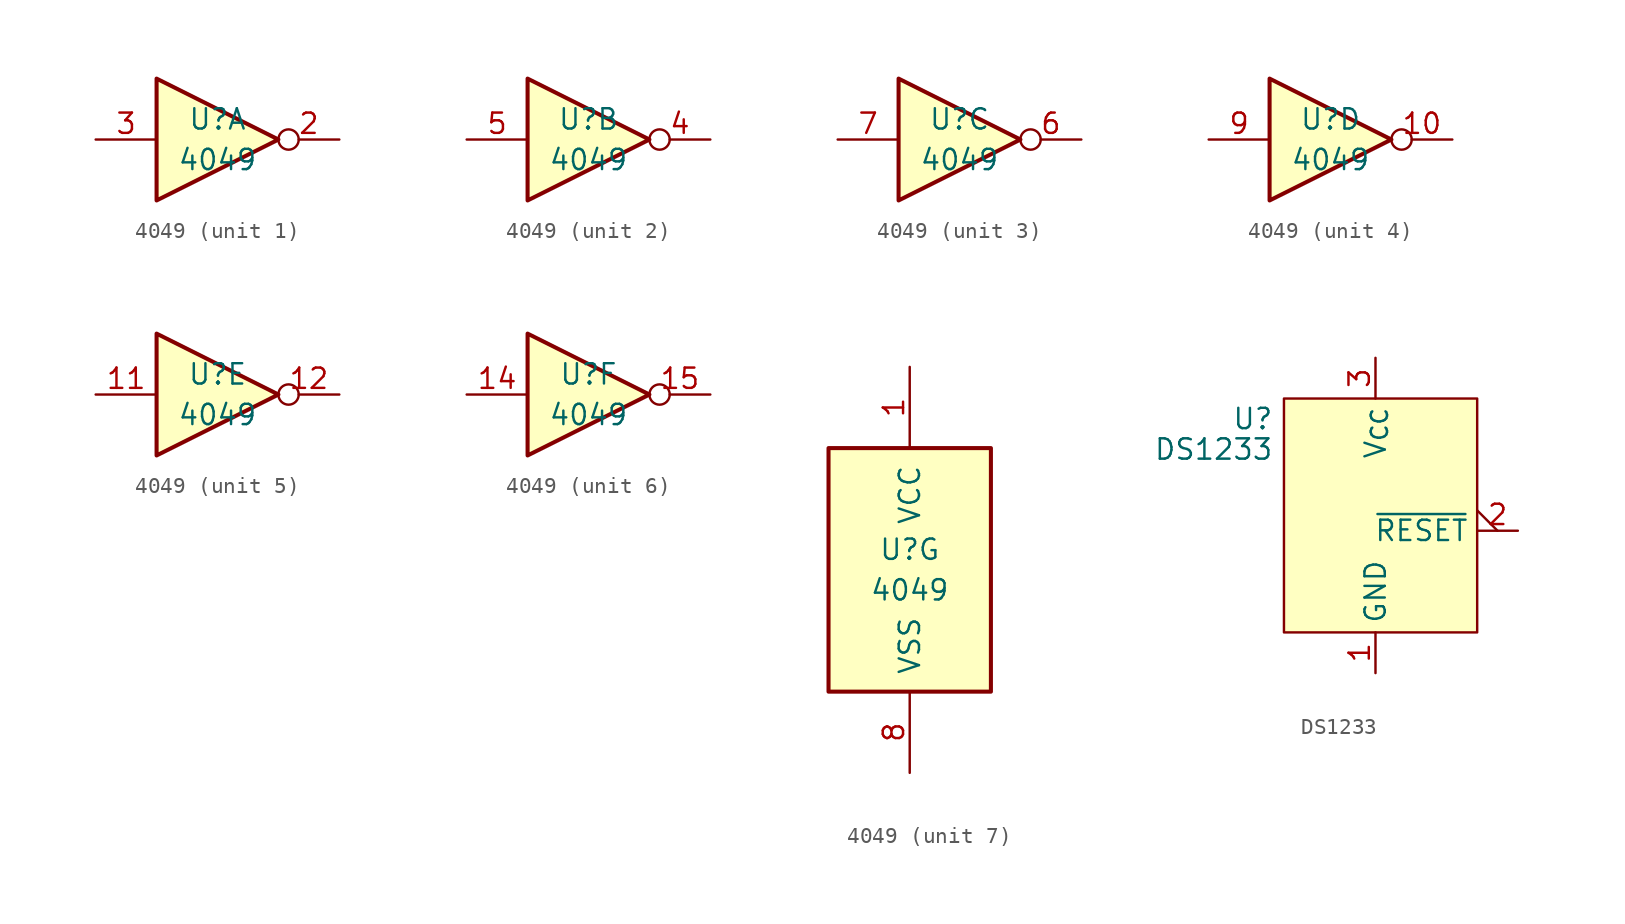
<source format=kicad_sym>
(kicad_symbol_lib
  (version 20241209)
  (generator "kicad_symbol_editor")
  (generator_version "9.0")
  (symbol "4049"
    (pin_names
      (offset 1.016))
    (property "Reference" "U"
      (at 0 1.27 0)
      (effects (font (size 1.27 1.27))))
    (property "Value" "4049"
      (at 0 -1.27 0)
      (effects (font (size 1.27 1.27))))
    (property "ki_locked" ""
      (at 0 0 0)
      (effects (font (size 1.27 1.27))))
    (symbol "4049_1_0"
      (polyline (pts (xy -3.81 3.81) (xy -3.81 -3.81) (xy 3.81 0) (xy -3.81 3.81)) (stroke (width 0.254) (type default)) (fill (type background)))
      (pin input line (at -7.62 0 0) (length 3.81) (name "~" (effects (font (size 1.27 1.27)))) (number "3" (effects (font (size 1.27 1.27)))))
      (pin output inverted (at 7.62 0 180) (length 3.81) (name "~" (effects (font (size 1.27 1.27)))) (number "2" (effects (font (size 1.27 1.27))))))
    (symbol "4049_2_0"
      (polyline (pts (xy -3.81 3.81) (xy -3.81 -3.81) (xy 3.81 0) (xy -3.81 3.81)) (stroke (width 0.254) (type default)) (fill (type background)))
      (pin input line (at -7.62 0 0) (length 3.81) (name "~" (effects (font (size 1.27 1.27)))) (number "5" (effects (font (size 1.27 1.27)))))
      (pin output inverted (at 7.62 0 180) (length 3.81) (name "~" (effects (font (size 1.27 1.27)))) (number "4" (effects (font (size 1.27 1.27))))))
    (symbol "4049_3_0"
      (polyline (pts (xy -3.81 3.81) (xy -3.81 -3.81) (xy 3.81 0) (xy -3.81 3.81)) (stroke (width 0.254) (type default)) (fill (type background)))
      (pin input line (at -7.62 0 0) (length 3.81) (name "~" (effects (font (size 1.27 1.27)))) (number "7" (effects (font (size 1.27 1.27)))))
      (pin output inverted (at 7.62 0 180) (length 3.81) (name "~" (effects (font (size 1.27 1.27)))) (number "6" (effects (font (size 1.27 1.27))))))
    (symbol "4049_4_0"
      (polyline (pts (xy -3.81 3.81) (xy -3.81 -3.81) (xy 3.81 0) (xy -3.81 3.81)) (stroke (width 0.254) (type default)) (fill (type background)))
      (pin input line (at -7.62 0 0) (length 3.81) (name "~" (effects (font (size 1.27 1.27)))) (number "9" (effects (font (size 1.27 1.27)))))
      (pin output inverted (at 7.62 0 180) (length 3.81) (name "~" (effects (font (size 1.27 1.27)))) (number "10" (effects (font (size 1.27 1.27))))))
    (symbol "4049_5_0"
      (polyline (pts (xy -3.81 3.81) (xy -3.81 -3.81) (xy 3.81 0) (xy -3.81 3.81)) (stroke (width 0.254) (type default)) (fill (type background)))
      (pin input line (at -7.62 0 0) (length 3.81) (name "~" (effects (font (size 1.27 1.27)))) (number "11" (effects (font (size 1.27 1.27)))))
      (pin output inverted (at 7.62 0 180) (length 3.81) (name "~" (effects (font (size 1.27 1.27)))) (number "12" (effects (font (size 1.27 1.27))))))
    (symbol "4049_6_0"
      (polyline (pts (xy -3.81 3.81) (xy -3.81 -3.81) (xy 3.81 0) (xy -3.81 3.81)) (stroke (width 0.254) (type default)) (fill (type background)))
      (pin input line (at -7.62 0 0) (length 3.81) (name "~" (effects (font (size 1.27 1.27)))) (number "14" (effects (font (size 1.27 1.27)))))
      (pin output inverted (at 7.62 0 180) (length 3.81) (name "~" (effects (font (size 1.27 1.27)))) (number "15" (effects (font (size 1.27 1.27))))))
    (symbol "4049_7_0"
      (pin power_in line (at 0 12.7 270) (length 5.08) (name "VCC" (effects (font (size 1.27 1.27)))) (number "1" (effects (font (size 1.27 1.27)))))
      (pin power_in line (at 0 -12.7 90) (length 5.08) (name "VSS" (effects (font (size 1.27 1.27)))) (number "8" (effects (font (size 1.27 1.27))))))
    (symbol "4049_7_1"
      (rectangle (start -5.08 7.62) (end 5.08 -7.62) (stroke (width 0.254) (type default)) (fill (type background)))
      (pin no_connect line (at 7.62 5.08 180) (length 2.54) (hide yes) (name "NC" (effects (font (size 1.27 1.27)))) (number "13" (effects (font (size 1.27 1.27)))))
      (pin no_connect line (at 7.62 2.54 180) (length 2.54) (hide yes) (name "NC" (effects (font (size 1.27 1.27)))) (number "16" (effects (font (size 1.27 1.27)))))))
  (symbol "DS1233"
    (property "Reference" "U"
      (at -6.35 15.875 0)
      (effects (font (size 1.27 1.27)) (justify right)))
    (property "Value" "DS1233"
      (at -6.35 13.97 0)
      (effects (font (size 1.27 1.27)) (justify right)))
    (symbol "DS1233_1_1"
      (rectangle (start -5.715 17.145) (end 6.35 2.54) (stroke (width 0) (type default)) (fill (type background)))
      (pin power_in line (at 0 19.685 270) (length 2.54) (name "V_{CC}" (effects (font (size 1.27 1.27)))) (number "3" (effects (font (size 1.27 1.27)))))
      (pin power_in line (at 0 0 90) (length 2.54) (name "GND" (effects (font (size 1.27 1.27)))) (number "1" (effects (font (size 1.27 1.27)))))
      (pin output output_low (at 8.89 8.89 180) (length 2.54) (name "~{RESET}" (effects (font (size 1.27 1.27)))) (number "2" (effects (font (size 1.27 1.27))))))))
</source>
